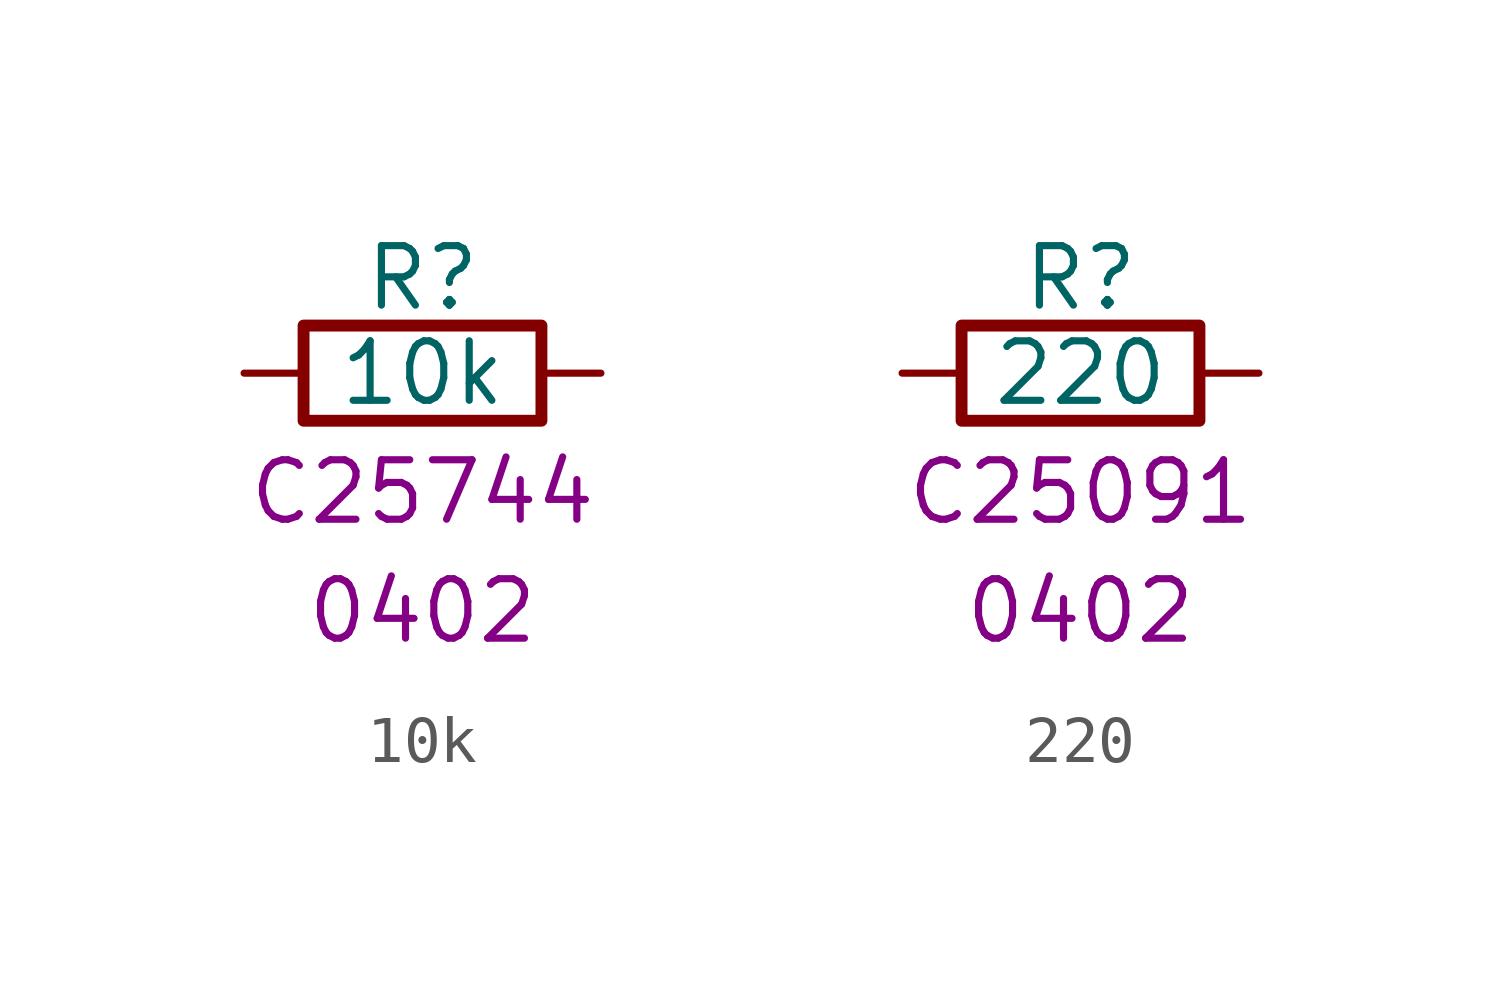
<source format=kicad_sym>
(kicad_symbol_lib
  (version 20220914)
  (generator kicad_symbol_editor)
  (symbol "10k"
    (pin_numbers hide)
    (pin_names
      (offset 0))
    (property "Reference" "R"
      (at 0 2.032 0)
      (effects (font (size 1.27 1.27))))
    (property "Value" "10k"
      (at 0 0 0)
      (effects (font (size 1.27 1.27))))
    (property "LCSC" "C25744"
      (at 0 -2.54 0)
      (effects (font (size 1.27 1.27))))
    (property "Package" "0402"
      (at 0 -5.08 0)
      (effects (font (size 1.27 1.27))))
    (symbol "10k_0_1"
      (rectangle (start -2.54 -1.016) (end 2.54 1.016) (stroke (width 0.254) (type default)) (fill (type none))))
    (symbol "10k_1_1"
      (pin passive line (at -3.81 0 0) (length 1.27) (name "~" (effects (font (size 1.27 1.27)))) (number "1" (effects (font (size 1.27 1.27)))))
      (pin passive line (at 3.81 0 180) (length 1.27) (name "~" (effects (font (size 1.27 1.27)))) (number "2" (effects (font (size 1.27 1.27)))))))
  (symbol "220"
    (pin_numbers hide)
    (pin_names
      (offset 0))
    (property "Reference" "R"
      (at 0 2.032 0)
      (effects (font (size 1.27 1.27))))
    (property "Value" "220"
      (at 0 0 0)
      (effects (font (size 1.27 1.27))))
    (property "LCSC" "C25091"
      (at 0 -2.54 0)
      (effects (font (size 1.27 1.27))))
    (property "Package" "0402"
      (at 0 -5.08 0)
      (effects (font (size 1.27 1.27))))
    (symbol "220_0_1"
      (rectangle (start -2.54 -1.016) (end 2.54 1.016) (stroke (width 0.254) (type default)) (fill (type none))))
    (symbol "220_1_1"
      (pin passive line (at -3.81 0 0) (length 1.27) (name "~" (effects (font (size 1.27 1.27)))) (number "1" (effects (font (size 1.27 1.27)))))
      (pin passive line (at 3.81 0 180) (length 1.27) (name "~" (effects (font (size 1.27 1.27)))) (number "2" (effects (font (size 1.27 1.27))))))))
</source>
